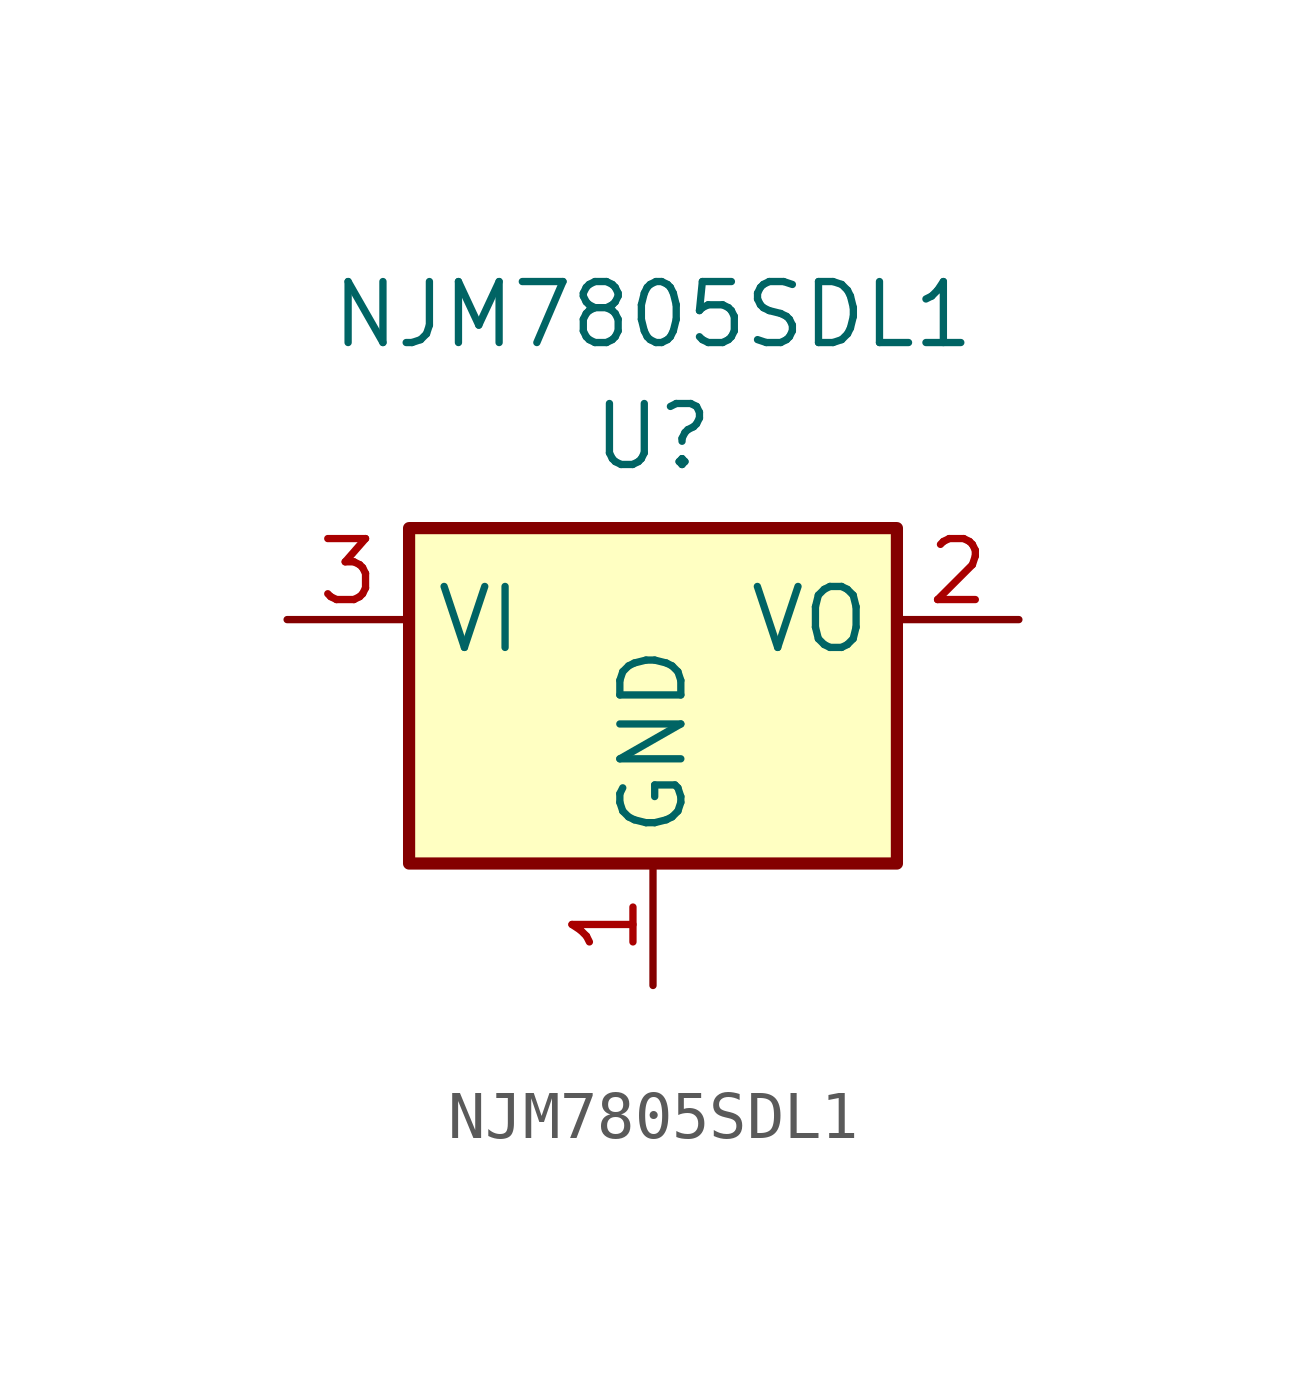
<source format=kicad_sym>
(kicad_symbol_lib
  (version 20211014)
  (generator kicad_symbol_editor)
  (symbol "NJM7805SDL1"
    (property "Reference" "U"
      (at 0 3.81 0)
      (effects (font (size 1.27 1.27))))
    (property "Value" "NJM7805SDL1"
      (at 0 6.35 0)
      (effects (font (size 1.27 1.27))))
    (symbol "NJM7805SDL1_0_1"
      (rectangle (start -5.08 -5.08) (end 5.08 1.905) (stroke (width 0.254) (type default) (color 0 0 0 0)) (fill (type background))))
    (symbol "NJM7805SDL1_1_1"
      (pin power_in line (at 0 -7.62 90) (length 2.54) (name "GND" (effects (font (size 1.27 1.27)))) (number "1" (effects (font (size 1.27 1.27)))))
      (pin power_out line (at 7.62 0 180) (length 2.54) (name "VO" (effects (font (size 1.27 1.27)))) (number "2" (effects (font (size 1.27 1.27)))))
      (pin power_in line (at -7.62 0 0) (length 2.54) (name "VI" (effects (font (size 1.27 1.27)))) (number "3" (effects (font (size 1.27 1.27))))))))
</source>
